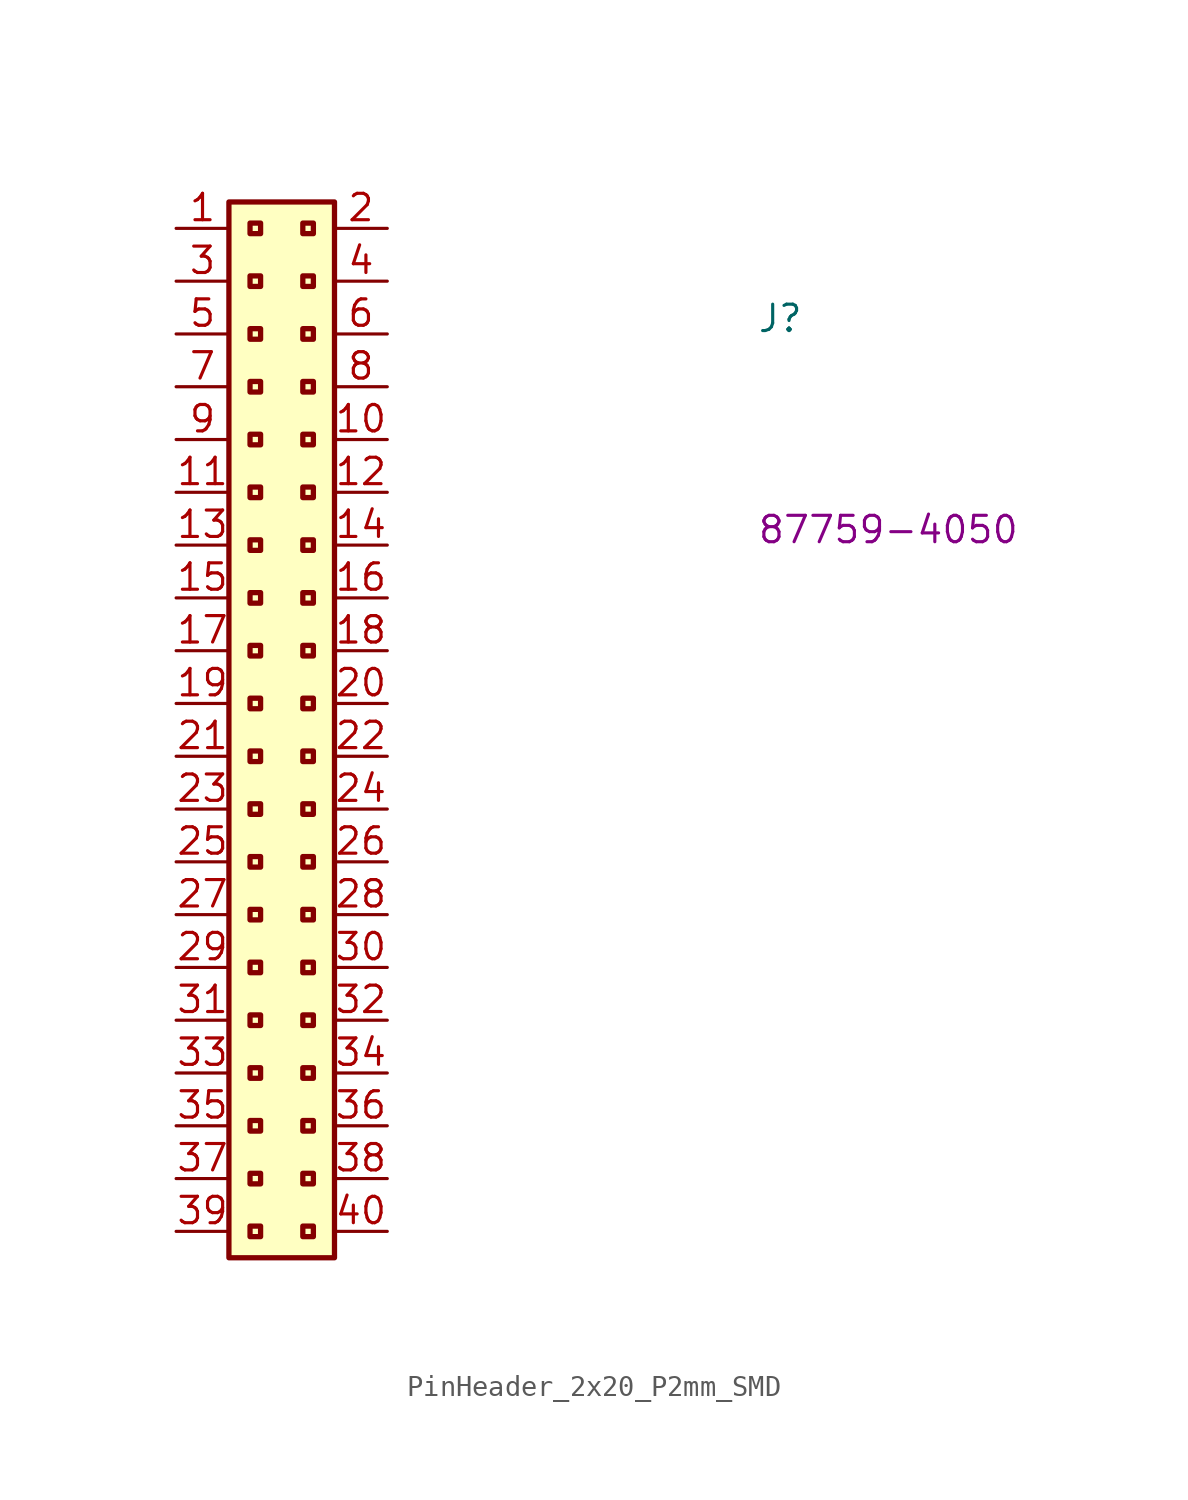
<source format=kicad_sym>
(kicad_symbol_lib
  (version 20220914)
  (generator kicad_symbol_editor)
  (symbol "PinHeader_2x20_P2mm_SMD"
    (property "Reference" "J"
      (at 27.94 -5.08 0)
      (effects (font (size 1.27 1.27) (thickness 0.15)) (justify left bottom)))
    (property "MPN" "87759-4050"
      (at 27.94 -15.24 0)
      (effects (font (size 1.27 1.27) (thickness 0.15)) (justify left bottom)))
    (symbol "PinHeader_2x20_P2mm_SMD_1_1"
      (rectangle (start 2.54 1.27) (end 7.62 -49.53) (stroke (width 0.254) (type default)) (fill (type background)))
      (rectangle (start 3.556 -48.006) (end 4.064 -48.514) (stroke (width 0.254) (type default)) (fill (type background)))
      (rectangle (start 3.556 -45.466) (end 4.064 -45.974) (stroke (width 0.254) (type default)) (fill (type background)))
      (rectangle (start 3.556 -42.926) (end 4.064 -43.434) (stroke (width 0.254) (type default)) (fill (type background)))
      (rectangle (start 3.556 -40.386) (end 4.064 -40.894) (stroke (width 0.254) (type default)) (fill (type background)))
      (rectangle (start 3.556 -37.846) (end 4.064 -38.354) (stroke (width 0.254) (type default)) (fill (type background)))
      (rectangle (start 3.556 -35.306) (end 4.064 -35.814) (stroke (width 0.254) (type default)) (fill (type background)))
      (rectangle (start 3.556 -32.766) (end 4.064 -33.274) (stroke (width 0.254) (type default)) (fill (type background)))
      (rectangle (start 3.556 -30.226) (end 4.064 -30.734) (stroke (width 0.254) (type default)) (fill (type background)))
      (rectangle (start 3.556 -27.686) (end 4.064 -28.194) (stroke (width 0.254) (type default)) (fill (type background)))
      (rectangle (start 3.556 -25.146) (end 4.064 -25.654) (stroke (width 0.254) (type default)) (fill (type background)))
      (rectangle (start 3.556 -22.606) (end 4.064 -23.114) (stroke (width 0.254) (type default)) (fill (type background)))
      (rectangle (start 3.556 -20.066) (end 4.064 -20.574) (stroke (width 0.254) (type default)) (fill (type background)))
      (rectangle (start 3.556 -17.526) (end 4.064 -18.034) (stroke (width 0.254) (type default)) (fill (type background)))
      (rectangle (start 3.556 -14.986) (end 4.064 -15.494) (stroke (width 0.254) (type default)) (fill (type background)))
      (rectangle (start 3.556 -12.446) (end 4.064 -12.954) (stroke (width 0.254) (type default)) (fill (type background)))
      (rectangle (start 3.556 -9.906) (end 4.064 -10.414) (stroke (width 0.254) (type default)) (fill (type background)))
      (rectangle (start 3.556 -7.366) (end 4.064 -7.874) (stroke (width 0.254) (type default)) (fill (type background)))
      (rectangle (start 3.556 -4.826) (end 4.064 -5.334) (stroke (width 0.254) (type default)) (fill (type background)))
      (rectangle (start 3.556 -2.286) (end 4.064 -2.794) (stroke (width 0.254) (type default)) (fill (type background)))
      (rectangle (start 3.556 0.254) (end 4.064 -0.254) (stroke (width 0.254) (type default)) (fill (type background)))
      (rectangle (start 6.096 -48.006) (end 6.604 -48.514) (stroke (width 0.254) (type default)) (fill (type background)))
      (rectangle (start 6.096 -45.466) (end 6.604 -45.974) (stroke (width 0.254) (type default)) (fill (type background)))
      (rectangle (start 6.096 -42.926) (end 6.604 -43.434) (stroke (width 0.254) (type default)) (fill (type background)))
      (rectangle (start 6.096 -40.386) (end 6.604 -40.894) (stroke (width 0.254) (type default)) (fill (type background)))
      (rectangle (start 6.096 -37.846) (end 6.604 -38.354) (stroke (width 0.254) (type default)) (fill (type background)))
      (rectangle (start 6.096 -35.306) (end 6.604 -35.814) (stroke (width 0.254) (type default)) (fill (type background)))
      (rectangle (start 6.096 -32.766) (end 6.604 -33.274) (stroke (width 0.254) (type default)) (fill (type background)))
      (rectangle (start 6.096 -30.226) (end 6.604 -30.734) (stroke (width 0.254) (type default)) (fill (type background)))
      (rectangle (start 6.096 -27.686) (end 6.604 -28.194) (stroke (width 0.254) (type default)) (fill (type background)))
      (rectangle (start 6.096 -25.146) (end 6.604 -25.654) (stroke (width 0.254) (type default)) (fill (type background)))
      (rectangle (start 6.096 -22.606) (end 6.604 -23.114) (stroke (width 0.254) (type default)) (fill (type background)))
      (rectangle (start 6.096 -20.066) (end 6.604 -20.574) (stroke (width 0.254) (type default)) (fill (type background)))
      (rectangle (start 6.096 -17.526) (end 6.604 -18.034) (stroke (width 0.254) (type default)) (fill (type background)))
      (rectangle (start 6.096 -14.986) (end 6.604 -15.494) (stroke (width 0.254) (type default)) (fill (type background)))
      (rectangle (start 6.096 -12.446) (end 6.604 -12.954) (stroke (width 0.254) (type default)) (fill (type background)))
      (rectangle (start 6.096 -9.906) (end 6.604 -10.414) (stroke (width 0.254) (type default)) (fill (type background)))
      (rectangle (start 6.096 -7.366) (end 6.604 -7.874) (stroke (width 0.254) (type default)) (fill (type background)))
      (rectangle (start 6.096 -4.826) (end 6.604 -5.334) (stroke (width 0.254) (type default)) (fill (type background)))
      (rectangle (start 6.096 -2.286) (end 6.604 -2.794) (stroke (width 0.254) (type default)) (fill (type background)))
      (rectangle (start 6.096 0.254) (end 6.604 -0.254) (stroke (width 0.254) (type default)) (fill (type background)))
      (text "" (at 2.54 -48.26 0) (effects (font (size 1.27 1.27) (thickness 0.15)) (justify left bottom)))
      (text "" (at 2.54 -43.18 0) (effects (font (size 1.27 1.27) (thickness 0.15)) (justify left bottom)))
      (text "" (at 2.54 -40.64 0) (effects (font (size 1.27 1.27) (thickness 0.15)) (justify left bottom)))
      (text "" (at 2.54 -40.64 0) (effects (font (size 1.27 1.27) (thickness 0.15)) (justify left bottom)))
      (pin passive line (at 0 0 0) (length 2.54) (name "~" (effects (font (size 1.27 1.27)))) (number "1" (effects (font (size 1.27 1.27)))))
      (pin passive line (at 10.16 -10.16 180) (length 2.54) (name "~" (effects (font (size 1.27 1.27)))) (number "10" (effects (font (size 1.27 1.27)))))
      (pin passive line (at 0 -12.7 0) (length 2.54) (name "~" (effects (font (size 1.27 1.27)))) (number "11" (effects (font (size 1.27 1.27)))))
      (pin passive line (at 10.16 -12.7 180) (length 2.54) (name "~" (effects (font (size 1.27 1.27)))) (number "12" (effects (font (size 1.27 1.27)))))
      (pin passive line (at 0 -15.24 0) (length 2.54) (name "~" (effects (font (size 1.27 1.27)))) (number "13" (effects (font (size 1.27 1.27)))))
      (pin passive line (at 10.16 -15.24 180) (length 2.54) (name "~" (effects (font (size 1.27 1.27)))) (number "14" (effects (font (size 1.27 1.27)))))
      (pin passive line (at 0 -17.78 0) (length 2.54) (name "~" (effects (font (size 1.27 1.27)))) (number "15" (effects (font (size 1.27 1.27)))))
      (pin passive line (at 10.16 -17.78 180) (length 2.54) (name "~" (effects (font (size 1.27 1.27)))) (number "16" (effects (font (size 1.27 1.27)))))
      (pin passive line (at 0 -20.32 0) (length 2.54) (name "~" (effects (font (size 1.27 1.27)))) (number "17" (effects (font (size 1.27 1.27)))))
      (pin passive line (at 10.16 -20.32 180) (length 2.54) (name "~" (effects (font (size 1.27 1.27)))) (number "18" (effects (font (size 1.27 1.27)))))
      (pin passive line (at 0 -22.86 0) (length 2.54) (name "~" (effects (font (size 1.27 1.27)))) (number "19" (effects (font (size 1.27 1.27)))))
      (pin passive line (at 10.16 0 180) (length 2.54) (name "~" (effects (font (size 1.27 1.27)))) (number "2" (effects (font (size 1.27 1.27)))))
      (pin passive line (at 10.16 -22.86 180) (length 2.54) (name "~" (effects (font (size 1.27 1.27)))) (number "20" (effects (font (size 1.27 1.27)))))
      (pin passive line (at 0 -25.4 0) (length 2.54) (name "~" (effects (font (size 1.27 1.27)))) (number "21" (effects (font (size 1.27 1.27)))))
      (pin passive line (at 10.16 -25.4 180) (length 2.54) (name "~" (effects (font (size 1.27 1.27)))) (number "22" (effects (font (size 1.27 1.27)))))
      (pin passive line (at 0 -27.94 0) (length 2.54) (name "~" (effects (font (size 1.27 1.27)))) (number "23" (effects (font (size 1.27 1.27)))))
      (pin passive line (at 10.16 -27.94 180) (length 2.54) (name "~" (effects (font (size 1.27 1.27)))) (number "24" (effects (font (size 1.27 1.27)))))
      (pin passive line (at 0 -30.48 0) (length 2.54) (name "~" (effects (font (size 1.27 1.27)))) (number "25" (effects (font (size 1.27 1.27)))))
      (pin passive line (at 10.16 -30.48 180) (length 2.54) (name "~" (effects (font (size 1.27 1.27)))) (number "26" (effects (font (size 1.27 1.27)))))
      (pin passive line (at 0 -33.02 0) (length 2.54) (name "~" (effects (font (size 1.27 1.27)))) (number "27" (effects (font (size 1.27 1.27)))))
      (pin passive line (at 10.16 -33.02 180) (length 2.54) (name "~" (effects (font (size 1.27 1.27)))) (number "28" (effects (font (size 1.27 1.27)))))
      (pin passive line (at 0 -35.56 0) (length 2.54) (name "~" (effects (font (size 1.27 1.27)))) (number "29" (effects (font (size 1.27 1.27)))))
      (pin passive line (at 0 -2.54 0) (length 2.54) (name "~" (effects (font (size 1.27 1.27)))) (number "3" (effects (font (size 1.27 1.27)))))
      (pin passive line (at 10.16 -35.56 180) (length 2.54) (name "~" (effects (font (size 1.27 1.27)))) (number "30" (effects (font (size 1.27 1.27)))))
      (pin passive line (at 0 -38.1 0) (length 2.54) (name "~" (effects (font (size 1.27 1.27)))) (number "31" (effects (font (size 1.27 1.27)))))
      (pin passive line (at 10.16 -38.1 180) (length 2.54) (name "~" (effects (font (size 1.27 1.27)))) (number "32" (effects (font (size 1.27 1.27)))))
      (pin passive line (at 0 -40.64 0) (length 2.54) (name "~" (effects (font (size 1.27 1.27)))) (number "33" (effects (font (size 1.27 1.27)))))
      (pin passive line (at 10.16 -40.64 180) (length 2.54) (name "~" (effects (font (size 1.27 1.27)))) (number "34" (effects (font (size 1.27 1.27)))))
      (pin passive line (at 0 -43.18 0) (length 2.54) (name "~" (effects (font (size 1.27 1.27)))) (number "35" (effects (font (size 1.27 1.27)))))
      (pin passive line (at 10.16 -43.18 180) (length 2.54) (name "~" (effects (font (size 1.27 1.27)))) (number "36" (effects (font (size 1.27 1.27)))))
      (pin passive line (at 0 -45.72 0) (length 2.54) (name "~" (effects (font (size 1.27 1.27)))) (number "37" (effects (font (size 1.27 1.27)))))
      (pin passive line (at 10.16 -45.72 180) (length 2.54) (name "~" (effects (font (size 1.27 1.27)))) (number "38" (effects (font (size 1.27 1.27)))))
      (pin passive line (at 0 -48.26 0) (length 2.54) (name "~" (effects (font (size 1.27 1.27)))) (number "39" (effects (font (size 1.27 1.27)))))
      (pin passive line (at 10.16 -2.54 180) (length 2.54) (name "~" (effects (font (size 1.27 1.27)))) (number "4" (effects (font (size 1.27 1.27)))))
      (pin passive line (at 10.16 -48.26 180) (length 2.54) (name "~" (effects (font (size 1.27 1.27)))) (number "40" (effects (font (size 1.27 1.27)))))
      (pin passive line (at 0 -5.08 0) (length 2.54) (name "~" (effects (font (size 1.27 1.27)))) (number "5" (effects (font (size 1.27 1.27)))))
      (pin passive line (at 10.16 -5.08 180) (length 2.54) (name "~" (effects (font (size 1.27 1.27)))) (number "6" (effects (font (size 1.27 1.27)))))
      (pin passive line (at 0 -7.62 0) (length 2.54) (name "~" (effects (font (size 1.27 1.27)))) (number "7" (effects (font (size 1.27 1.27)))))
      (pin passive line (at 10.16 -7.62 180) (length 2.54) (name "~" (effects (font (size 1.27 1.27)))) (number "8" (effects (font (size 1.27 1.27)))))
      (pin passive line (at 0 -10.16 0) (length 2.54) (name "~" (effects (font (size 1.27 1.27)))) (number "9" (effects (font (size 1.27 1.27))))))))
</source>
